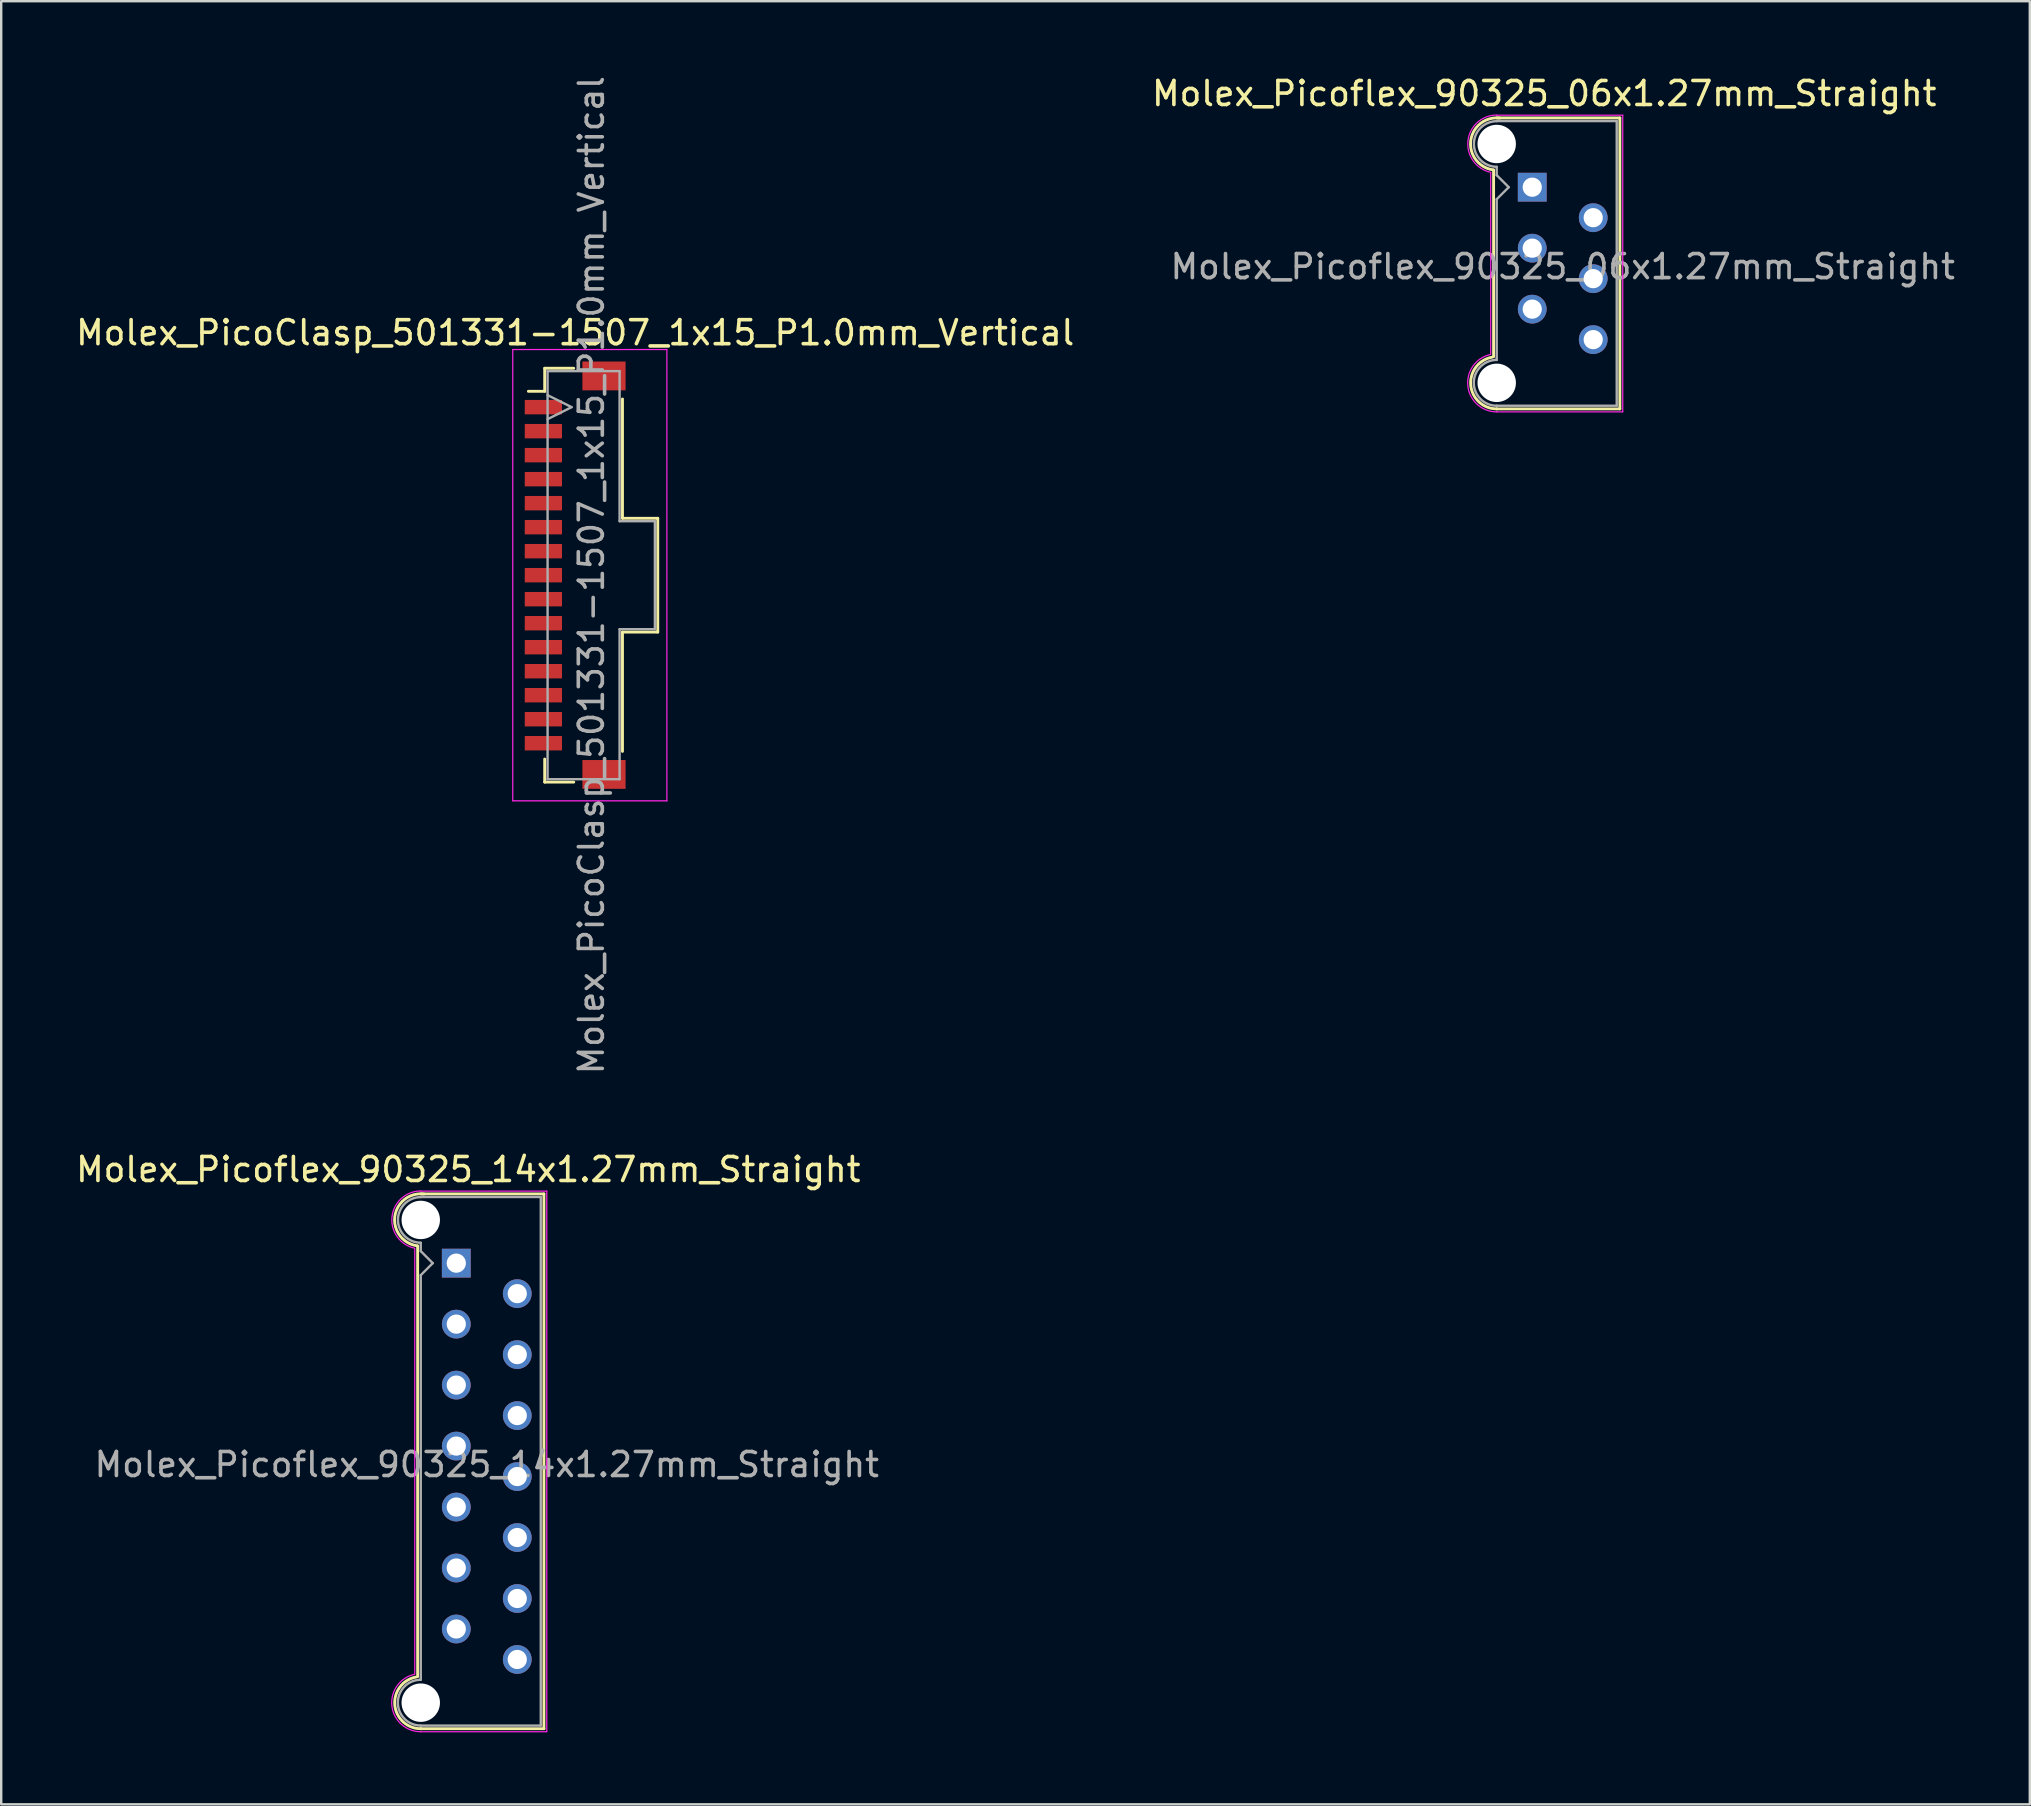
<source format=kicad_pcb>
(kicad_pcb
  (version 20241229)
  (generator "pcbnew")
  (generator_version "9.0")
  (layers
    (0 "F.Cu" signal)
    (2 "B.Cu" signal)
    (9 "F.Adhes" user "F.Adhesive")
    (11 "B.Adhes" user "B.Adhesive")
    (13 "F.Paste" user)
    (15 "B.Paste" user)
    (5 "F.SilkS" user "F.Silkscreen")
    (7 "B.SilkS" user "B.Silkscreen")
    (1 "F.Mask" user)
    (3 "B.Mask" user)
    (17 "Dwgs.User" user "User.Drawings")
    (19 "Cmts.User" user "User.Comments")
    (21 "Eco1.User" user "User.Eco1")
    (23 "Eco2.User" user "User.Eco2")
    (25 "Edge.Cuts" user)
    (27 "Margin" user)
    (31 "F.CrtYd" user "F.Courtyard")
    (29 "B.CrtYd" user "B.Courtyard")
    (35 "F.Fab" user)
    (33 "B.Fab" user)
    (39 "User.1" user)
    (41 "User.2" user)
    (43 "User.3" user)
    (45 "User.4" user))
  (footprint "Molex_PicoClasp_501331-1507_1x15_P1.0mm_Vertical"
    (layer "F.Cu")
    (at 20.911 20.911)
    (property "Reference" "Molex_PicoClasp_501331-1507_1x15_P1.0mm_Vertical" (at 0 -10.1 0) (layer "F.SilkS") (effects (font (size 1 1) (thickness 0.15))))
    (attr smd)
    (fp_line (start -1.95 -7.66) (end -1.27 -7.66) (stroke (width 0.12) (type solid)) (layer "F.SilkS"))
    (fp_line (start -1.27 -8.62) (end -0.06 -8.62) (stroke (width 0.12) (type solid)) (layer "F.SilkS"))
    (fp_line (start -1.27 -7.66) (end -1.27 -8.62) (stroke (width 0.12) (type solid)) (layer "F.SilkS"))
    (fp_line (start -1.27 7.66) (end -1.27 8.62) (stroke (width 0.12) (type solid)) (layer "F.SilkS"))
    (fp_line (start -1.27 8.62) (end -0.06 8.62) (stroke (width 0.12) (type solid)) (layer "F.SilkS"))
    (fp_line (start 1.97 -7.34) (end 1.97 -2.37) (stroke (width 0.12) (type solid)) (layer "F.SilkS"))
    (fp_line (start 1.97 -2.37) (end 3.44 -2.37) (stroke (width 0.12) (type solid)) (layer "F.SilkS"))
    (fp_line (start 1.97 2.37) (end 1.97 7.34) (stroke (width 0.12) (type solid)) (layer "F.SilkS"))
    (fp_line (start 3.44 -2.37) (end 3.44 2.37) (stroke (width 0.12) (type solid)) (layer "F.SilkS"))
    (fp_line (start 3.44 2.37) (end 1.97 2.37) (stroke (width 0.12) (type solid)) (layer "F.SilkS"))
    (fp_line (start -2.6 -9.4) (end -2.6 9.4) (stroke (width 0.05) (type solid)) (layer "F.CrtYd"))
    (fp_line (start -2.6 9.4) (end 3.82 9.4) (stroke (width 0.05) (type solid)) (layer "F.CrtYd"))
    (fp_line (start 3.82 -9.4) (end -2.6 -9.4) (stroke (width 0.05) (type solid)) (layer "F.CrtYd"))
    (fp_line (start 3.82 9.4) (end 3.82 -9.4) (stroke (width 0.05) (type solid)) (layer "F.CrtYd"))
    (fp_line (start -1.15 -8.5) (end 1.85 -8.5) (stroke (width 0.1) (type solid)) (layer "F.Fab"))
    (fp_line (start -1.15 -6.5) (end -0.15 -7) (stroke (width 0.1) (type solid)) (layer "F.Fab"))
    (fp_line (start -1.15 8.5) (end -1.15 -8.5) (stroke (width 0.1) (type solid)) (layer "F.Fab"))
    (fp_line (start -0.15 -7) (end -1.15 -7.5) (stroke (width 0.1) (type solid)) (layer "F.Fab"))
    (fp_line (start 1.85 -8.5) (end 1.85 -2.25) (stroke (width 0.1) (type solid)) (layer "F.Fab"))
    (fp_line (start 1.85 -2.25) (end 3.32 -2.25) (stroke (width 0.1) (type solid)) (layer "F.Fab"))
    (fp_line (start 1.85 2.25) (end 1.85 8.5) (stroke (width 0.1) (type solid)) (layer "F.Fab"))
    (fp_line (start 1.85 8.5) (end -1.15 8.5) (stroke (width 0.1) (type solid)) (layer "F.Fab"))
    (fp_line (start 3.32 -2.25) (end 3.32 2.25) (stroke (width 0.1) (type solid)) (layer "F.Fab"))
    (fp_line (start 3.32 2.25) (end 1.85 2.25) (stroke (width 0.1) (type solid)) (layer "F.Fab"))
    (fp_text user "${REFERENCE}" (at 0.675 0 90) (layer "F.Fab") (effects (font (size 1 1) (thickness 0.15))))
    (pad "" smd rect (at 1.2 -8.3) (size 1.8 1.2) (layers "F.Cu" "F.Mask" "F.Paste"))
    (pad "" smd rect (at 1.2 8.3) (size 1.8 1.2) (layers "F.Cu" "F.Mask" "F.Paste"))
    (pad "1" smd rect (at -1.325 -7) (size 1.55 0.6) (layers "F.Cu" "F.Mask" "F.Paste"))
    (pad "2" smd rect (at -1.325 -6) (size 1.55 0.6) (layers "F.Cu" "F.Mask" "F.Paste"))
    (pad "3" smd rect (at -1.325 -5) (size 1.55 0.6) (layers "F.Cu" "F.Mask" "F.Paste"))
    (pad "4" smd rect (at -1.325 -4) (size 1.55 0.6) (layers "F.Cu" "F.Mask" "F.Paste"))
    (pad "5" smd rect (at -1.325 -3) (size 1.55 0.6) (layers "F.Cu" "F.Mask" "F.Paste"))
    (pad "6" smd rect (at -1.325 -2) (size 1.55 0.6) (layers "F.Cu" "F.Mask" "F.Paste"))
    (pad "7" smd rect (at -1.325 -1) (size 1.55 0.6) (layers "F.Cu" "F.Mask" "F.Paste"))
    (pad "8" smd rect (at -1.325 0) (size 1.55 0.6) (layers "F.Cu" "F.Mask" "F.Paste"))
    (pad "9" smd rect (at -1.325 1) (size 1.55 0.6) (layers "F.Cu" "F.Mask" "F.Paste"))
    (pad "10" smd rect (at -1.325 2) (size 1.55 0.6) (layers "F.Cu" "F.Mask" "F.Paste"))
    (pad "11" smd rect (at -1.325 3) (size 1.55 0.6) (layers "F.Cu" "F.Mask" "F.Paste"))
    (pad "12" smd rect (at -1.325 4) (size 1.55 0.6) (layers "F.Cu" "F.Mask" "F.Paste"))
    (pad "13" smd rect (at -1.325 5) (size 1.55 0.6) (layers "F.Cu" "F.Mask" "F.Paste"))
    (pad "14" smd rect (at -1.325 6) (size 1.55 0.6) (layers "F.Cu" "F.Mask" "F.Paste"))
    (pad "15" smd rect (at -1.325 7) (size 1.55 0.6) (layers "F.Cu" "F.Mask" "F.Paste")))
  (footprint "Molex_Picoflex_90325_06x1.27mm_Straight"
    (layer "F.Cu")
    (at 60.78 4.748)
    (property "Reference" "Molex_Picoflex_90325_06x1.27mm_Straight" (at 0.5 -3.9 0) (layer "F.SilkS") (effects (font (size 1 1) (thickness 0.15))))
    (attr through_hole)
    (fp_line (start -1.61 -0.715) (end -1.61 7.065) (stroke (width 0.12) (type solid)) (layer "F.SilkS"))
    (fp_line (start -1.48 -2.885) (end 3.65 -2.885) (stroke (width 0.12) (type solid)) (layer "F.SilkS"))
    (fp_line (start 3.65 -2.885) (end 3.65 9.235) (stroke (width 0.12) (type solid)) (layer "F.SilkS"))
    (fp_line (start 3.65 9.235) (end -1.48 9.235) (stroke (width 0.12) (type solid)) (layer "F.SilkS"))
    (fp_arc (start -1.61 -0.72) (mid -2.56 -1.93) (end -1.35 -2.88) (stroke (width 0.12) (type solid)) (layer "F.SilkS"))
    (fp_arc (start -1.47 9.235) (mid -2.56 8.254526) (end -1.678256 7.08322) (stroke (width 0.12) (type solid)) (layer "F.SilkS"))
    (fp_line (start -1.73 -0.6) (end -1.73 6.95) (stroke (width 0.05) (type solid)) (layer "F.CrtYd"))
    (fp_line (start -1.48 -3) (end 3.77 -3) (stroke (width 0.05) (type solid)) (layer "F.CrtYd"))
    (fp_line (start 3.77 -3) (end 3.77 9.36) (stroke (width 0.05) (type solid)) (layer "F.CrtYd"))
    (fp_line (start 3.77 9.36) (end -1.48 9.36) (stroke (width 0.05) (type solid)) (layer "F.CrtYd"))
    (fp_arc (start -1.73 -0.62) (mid -2.679668 -1.925287) (end -1.480799 -3.006192) (stroke (width 0.05) (type solid)) (layer "F.CrtYd"))
    (fp_arc (start -1.47 9.36) (mid -2.682326 8.286425) (end -1.741355 6.968521) (stroke (width 0.05) (type solid)) (layer "F.CrtYd"))
    (fp_line (start -1.48 -2.755) (end 3.52 -2.755) (stroke (width 0.1) (type solid)) (layer "F.Fab"))
    (fp_line (start -1.48 -0.845) (end -1.48 -0.5) (stroke (width 0.1) (type solid)) (layer "F.Fab"))
    (fp_line (start -1.48 -0.5) (end -0.98 0) (stroke (width 0.1) (type solid)) (layer "F.Fab"))
    (fp_line (start -1.48 0.5) (end -1.48 7.195) (stroke (width 0.1) (type solid)) (layer "F.Fab"))
    (fp_line (start -0.98 0) (end -1.48 0.5) (stroke (width 0.1) (type solid)) (layer "F.Fab"))
    (fp_line (start 3.52 -2.755) (end 3.52 9.105) (stroke (width 0.1) (type solid)) (layer "F.Fab"))
    (fp_line (start 3.52 9.105) (end -1.48 9.105) (stroke (width 0.1) (type solid)) (layer "F.Fab"))
    (fp_arc (start -1.48 -0.85) (mid -2.43 -1.8) (end -1.48 -2.75) (stroke (width 0.1) (type solid)) (layer "F.Fab"))
    (fp_arc (start -1.48 9.105) (mid -2.435 8.15) (end -1.48 7.195) (stroke (width 0.1) (type solid)) (layer "F.Fab"))
    (fp_text user "${REFERENCE}" (at 1.27 3.31 0) (layer "F.Fab") (effects (font (size 1 1) (thickness 0.15))))
    (pad "" np_thru_hole circle (at -1.48 -1.8) (size 1.6 1.6) (drill 1.6) (layers "*.Cu"))
    (pad "" np_thru_hole circle (at -1.48 8.15) (size 1.6 1.6) (drill 1.6) (layers "*.Cu"))
    (pad "1" thru_hole rect (at 0 0) (size 1.2 1.2) (drill 0.8) (layers "*.Cu" "*.Mask"))
    (pad "2" thru_hole circle (at 2.54 1.27) (size 1.2 1.2) (drill 0.8) (layers "*.Cu" "*.Mask"))
    (pad "3" thru_hole circle (at 0 2.54) (size 1.2 1.2) (drill 0.8) (layers "*.Cu" "*.Mask"))
    (pad "4" thru_hole circle (at 2.54 3.81) (size 1.2 1.2) (drill 0.8) (layers "*.Cu" "*.Mask"))
    (pad "5" thru_hole circle (at 0 5.08) (size 1.2 1.2) (drill 0.8) (layers "*.Cu" "*.Mask"))
    (pad "6" thru_hole circle (at 2.54 6.35) (size 1.2 1.2) (drill 0.8) (layers "*.Cu" "*.Mask")))
  (footprint "Molex_Picoflex_90325_14x1.27mm_Straight"
    (layer "F.Cu")
    (at 15.958 49.57)
    (property "Reference" "Molex_Picoflex_90325_14x1.27mm_Straight" (at 0.5 -3.9 0) (layer "F.SilkS") (effects (font (size 1 1) (thickness 0.15))))
    (attr through_hole)
    (fp_line (start -1.61 -0.715) (end -1.61 17.225) (stroke (width 0.12) (type solid)) (layer "F.SilkS"))
    (fp_line (start -1.48 -2.885) (end 3.65 -2.885) (stroke (width 0.12) (type solid)) (layer "F.SilkS"))
    (fp_line (start 3.65 -2.885) (end 3.65 19.395) (stroke (width 0.12) (type solid)) (layer "F.SilkS"))
    (fp_line (start 3.65 19.395) (end -1.48 19.395) (stroke (width 0.12) (type solid)) (layer "F.SilkS"))
    (fp_arc (start -1.61 -0.72) (mid -2.56 -1.93) (end -1.35 -2.88) (stroke (width 0.12) (type solid)) (layer "F.SilkS"))
    (fp_arc (start -1.47 19.395) (mid -2.56 18.414526) (end -1.678256 17.24322) (stroke (width 0.12) (type solid)) (layer "F.SilkS"))
    (fp_line (start -1.73 -0.6) (end -1.73 17.11) (stroke (width 0.05) (type solid)) (layer "F.CrtYd"))
    (fp_line (start -1.48 -3) (end 3.77 -3) (stroke (width 0.05) (type solid)) (layer "F.CrtYd"))
    (fp_line (start 3.77 -3) (end 3.77 19.52) (stroke (width 0.05) (type solid)) (layer "F.CrtYd"))
    (fp_line (start 3.77 19.52) (end -1.48 19.52) (stroke (width 0.05) (type solid)) (layer "F.CrtYd"))
    (fp_arc (start -1.73 -0.62) (mid -2.679668 -1.925287) (end -1.480799 -3.006192) (stroke (width 0.05) (type solid)) (layer "F.CrtYd"))
    (fp_arc (start -1.47 19.52) (mid -2.682326 18.446425) (end -1.741355 17.128521) (stroke (width 0.05) (type solid)) (layer "F.CrtYd"))
    (fp_line (start -1.48 -2.755) (end 3.52 -2.755) (stroke (width 0.1) (type solid)) (layer "F.Fab"))
    (fp_line (start -1.48 -0.845) (end -1.48 -0.5) (stroke (width 0.1) (type solid)) (layer "F.Fab"))
    (fp_line (start -1.48 -0.5) (end -0.98 0) (stroke (width 0.1) (type solid)) (layer "F.Fab"))
    (fp_line (start -1.48 0.5) (end -1.48 17.355) (stroke (width 0.1) (type solid)) (layer "F.Fab"))
    (fp_line (start -0.98 0) (end -1.48 0.5) (stroke (width 0.1) (type solid)) (layer "F.Fab"))
    (fp_line (start 3.52 -2.755) (end 3.52 19.265) (stroke (width 0.1) (type solid)) (layer "F.Fab"))
    (fp_line (start 3.52 19.265) (end -1.48 19.265) (stroke (width 0.1) (type solid)) (layer "F.Fab"))
    (fp_arc (start -1.48 -0.85) (mid -2.43 -1.8) (end -1.48 -2.75) (stroke (width 0.1) (type solid)) (layer "F.Fab"))
    (fp_arc (start -1.48 19.265) (mid -2.435 18.31) (end -1.48 17.355) (stroke (width 0.1) (type solid)) (layer "F.Fab"))
    (fp_text user "${REFERENCE}" (at 1.27 8.39 0) (layer "F.Fab") (effects (font (size 1 1) (thickness 0.15))))
    (pad "" np_thru_hole circle (at -1.48 -1.8) (size 1.6 1.6) (drill 1.6) (layers "*.Cu"))
    (pad "" np_thru_hole circle (at -1.48 18.31) (size 1.6 1.6) (drill 1.6) (layers "*.Cu"))
    (pad "1" thru_hole rect (at 0 0) (size 1.2 1.2) (drill 0.8) (layers "*.Cu" "*.Mask"))
    (pad "2" thru_hole circle (at 2.54 1.27) (size 1.2 1.2) (drill 0.8) (layers "*.Cu" "*.Mask"))
    (pad "3" thru_hole circle (at 0 2.54) (size 1.2 1.2) (drill 0.8) (layers "*.Cu" "*.Mask"))
    (pad "4" thru_hole circle (at 2.54 3.81) (size 1.2 1.2) (drill 0.8) (layers "*.Cu" "*.Mask"))
    (pad "5" thru_hole circle (at 0 5.08) (size 1.2 1.2) (drill 0.8) (layers "*.Cu" "*.Mask"))
    (pad "6" thru_hole circle (at 2.54 6.35) (size 1.2 1.2) (drill 0.8) (layers "*.Cu" "*.Mask"))
    (pad "7" thru_hole circle (at 0 7.62) (size 1.2 1.2) (drill 0.8) (layers "*.Cu" "*.Mask"))
    (pad "8" thru_hole circle (at 2.54 8.89) (size 1.2 1.2) (drill 0.8) (layers "*.Cu" "*.Mask"))
    (pad "9" thru_hole circle (at 0 10.16) (size 1.2 1.2) (drill 0.8) (layers "*.Cu" "*.Mask"))
    (pad "10" thru_hole circle (at 2.54 11.43) (size 1.2 1.2) (drill 0.8) (layers "*.Cu" "*.Mask"))
    (pad "11" thru_hole circle (at 0 12.7) (size 1.2 1.2) (drill 0.8) (layers "*.Cu" "*.Mask"))
    (pad "12" thru_hole circle (at 2.54 13.97) (size 1.2 1.2) (drill 0.8) (layers "*.Cu" "*.Mask"))
    (pad "13" thru_hole circle (at 0 15.24) (size 1.2 1.2) (drill 0.8) (layers "*.Cu" "*.Mask"))
    (pad "14" thru_hole circle (at 2.54 16.51) (size 1.2 1.2) (drill 0.8) (layers "*.Cu" "*.Mask")))
  (gr_rect
    (start -3 -3)
    (end 81.508 72.115)
    (stroke (width 0.1) (type default))
    (fill no)
    (layer "Edge.Cuts")))
</source>
